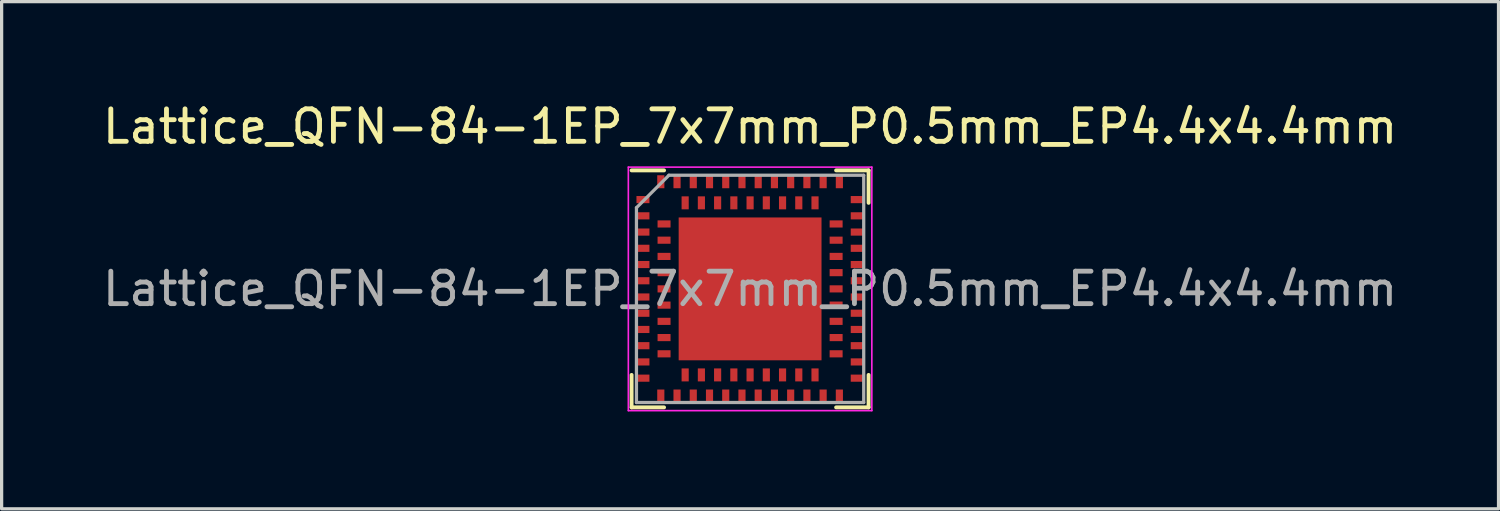
<source format=kicad_pcb>
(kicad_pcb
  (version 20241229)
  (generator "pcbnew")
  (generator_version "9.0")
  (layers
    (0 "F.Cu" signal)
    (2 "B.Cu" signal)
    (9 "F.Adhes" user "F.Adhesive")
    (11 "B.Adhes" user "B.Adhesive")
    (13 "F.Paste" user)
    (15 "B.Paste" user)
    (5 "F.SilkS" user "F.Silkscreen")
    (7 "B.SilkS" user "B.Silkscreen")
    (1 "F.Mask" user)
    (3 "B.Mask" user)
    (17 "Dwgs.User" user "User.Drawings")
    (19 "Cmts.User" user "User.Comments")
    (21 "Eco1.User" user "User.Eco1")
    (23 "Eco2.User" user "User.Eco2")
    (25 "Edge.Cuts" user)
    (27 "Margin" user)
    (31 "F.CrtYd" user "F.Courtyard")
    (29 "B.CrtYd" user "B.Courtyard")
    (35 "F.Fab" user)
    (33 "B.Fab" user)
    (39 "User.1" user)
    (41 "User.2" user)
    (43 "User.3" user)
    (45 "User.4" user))
  (footprint "Lattice_QFN-84-1EP_7x7mm_P0.5mm_EP4.4x4.4mm"
    (layer "F.Cu")
    (at 20.054 5.848)
    (property "Reference" "Lattice_QFN-84-1EP_7x7mm_P0.5mm_EP4.4x4.4mm" (at 0 -5 0) (layer "F.SilkS") (effects (font (size 1 1) (thickness 0.15))))
    (attr smd)
    (fp_line (start -3.65 -3.65) (end -2.65 -3.65) (stroke (width 0.12) (type solid)) (layer "F.SilkS"))
    (fp_line (start -3.65 2.65) (end -3.65 3.65) (stroke (width 0.12) (type solid)) (layer "F.SilkS"))
    (fp_line (start -3.65 3.65) (end -2.65 3.65) (stroke (width 0.12) (type solid)) (layer "F.SilkS"))
    (fp_line (start 3.65 -3.65) (end 2.65 -3.65) (stroke (width 0.12) (type solid)) (layer "F.SilkS"))
    (fp_line (start 3.65 -2.65) (end 3.65 -3.65) (stroke (width 0.12) (type solid)) (layer "F.SilkS"))
    (fp_line (start 3.65 2.65) (end 3.65 3.65) (stroke (width 0.12) (type solid)) (layer "F.SilkS"))
    (fp_line (start 3.65 3.65) (end 2.65 3.65) (stroke (width 0.12) (type solid)) (layer "F.SilkS"))
    (fp_line (start -3.75 -3.75) (end -3.75 3.75) (stroke (width 0.05) (type solid)) (layer "F.CrtYd"))
    (fp_line (start -3.75 3.75) (end 3.75 3.75) (stroke (width 0.05) (type solid)) (layer "F.CrtYd"))
    (fp_line (start 3.75 -3.75) (end -3.75 -3.75) (stroke (width 0.05) (type solid)) (layer "F.CrtYd"))
    (fp_line (start 3.75 -3.75) (end 3.75 3.75) (stroke (width 0.05) (type solid)) (layer "F.CrtYd"))
    (fp_line (start -3.5 -2.5) (end -3.5 3.5) (stroke (width 0.1) (type solid)) (layer "F.Fab"))
    (fp_line (start -3.5 3.5) (end 3.5 3.5) (stroke (width 0.1) (type solid)) (layer "F.Fab"))
    (fp_line (start -2.5 -3.5) (end -3.5 -2.5) (stroke (width 0.1) (type solid)) (layer "F.Fab"))
    (fp_line (start 3.5 -3.5) (end -2.5 -3.5) (stroke (width 0.1) (type solid)) (layer "F.Fab"))
    (fp_line (start 3.5 3.5) (end 3.5 -3.5) (stroke (width 0.1) (type solid)) (layer "F.Fab"))
    (fp_text user "${REFERENCE}" (at 0 0 0) (layer "F.Fab") (effects (font (size 1 1) (thickness 0.15))))
    (pad "" smd roundrect (at -1.5 -1.5) (size 1.3 1.3) (layers "F.Paste") (roundrect_rratio 0.25))
    (pad "" smd roundrect (at -1.5 0) (size 1.3 1.3) (layers "F.Paste") (roundrect_rratio 0.25))
    (pad "" smd roundrect (at -1.5 1.5) (size 1.3 1.3) (layers "F.Paste") (roundrect_rratio 0.25))
    (pad "" smd roundrect (at 0 -1.5) (size 1.3 1.3) (layers "F.Paste") (roundrect_rratio 0.25))
    (pad "" smd roundrect (at 0 0) (size 1.3 1.3) (layers "F.Paste") (roundrect_rratio 0.25))
    (pad "" smd roundrect (at 0 1.5) (size 1.3 1.3) (layers "F.Paste") (roundrect_rratio 0.25))
    (pad "" smd roundrect (at 1.5 -1.5) (size 1.3 1.3) (layers "F.Paste") (roundrect_rratio 0.25))
    (pad "" smd roundrect (at 1.5 0) (size 1.3 1.3) (layers "F.Paste") (roundrect_rratio 0.25))
    (pad "" smd roundrect (at 1.5 1.5) (size 1.3 1.3) (layers "F.Paste") (roundrect_rratio 0.25))
    (pad "A1" smd rect (at -3.3 -2.75) (size 0.4 0.22) (layers "F.Cu" "F.Mask" "F.Paste"))
    (pad "A2" smd rect (at -3.3 -2.25) (size 0.4 0.22) (layers "F.Cu" "F.Mask" "F.Paste"))
    (pad "A3" smd rect (at -3.3 -1.75) (size 0.4 0.22) (layers "F.Cu" "F.Mask" "F.Paste"))
    (pad "A4" smd rect (at -3.3 -1.25) (size 0.4 0.22) (layers "F.Cu" "F.Mask" "F.Paste"))
    (pad "A5" smd rect (at -3.3 -0.75) (size 0.4 0.22) (layers "F.Cu" "F.Mask" "F.Paste"))
    (pad "A6" smd rect (at -3.3 -0.25) (size 0.4 0.22) (layers "F.Cu" "F.Mask" "F.Paste"))
    (pad "A7" smd rect (at -3.3 0.25) (size 0.4 0.22) (layers "F.Cu" "F.Mask" "F.Paste"))
    (pad "A8" smd rect (at -3.3 0.75) (size 0.4 0.22) (layers "F.Cu" "F.Mask" "F.Paste"))
    (pad "A9" smd rect (at -3.3 1.25) (size 0.4 0.22) (layers "F.Cu" "F.Mask" "F.Paste"))
    (pad "A10" smd rect (at -3.3 1.75) (size 0.4 0.22) (layers "F.Cu" "F.Mask" "F.Paste"))
    (pad "A11" smd rect (at -3.3 2.25) (size 0.4 0.22) (layers "F.Cu" "F.Mask" "F.Paste"))
    (pad "A12" smd rect (at -3.3 2.75) (size 0.4 0.22) (layers "F.Cu" "F.Mask" "F.Paste"))
    (pad "A13" smd rect (at -2.75 3.3) (size 0.22 0.4) (layers "F.Cu" "F.Mask" "F.Paste"))
    (pad "A14" smd rect (at -2.25 3.3) (size 0.22 0.4) (layers "F.Cu" "F.Mask" "F.Paste"))
    (pad "A15" smd rect (at -1.75 3.3) (size 0.22 0.4) (layers "F.Cu" "F.Mask" "F.Paste"))
    (pad "A16" smd rect (at -1.25 3.3) (size 0.22 0.4) (layers "F.Cu" "F.Mask" "F.Paste"))
    (pad "A17" smd rect (at -0.75 3.3) (size 0.22 0.4) (layers "F.Cu" "F.Mask" "F.Paste"))
    (pad "A18" smd rect (at -0.25 3.3) (size 0.22 0.4) (layers "F.Cu" "F.Mask" "F.Paste"))
    (pad "A19" smd rect (at 0.25 3.3) (size 0.22 0.4) (layers "F.Cu" "F.Mask" "F.Paste"))
    (pad "A20" smd rect (at 0.75 3.3) (size 0.22 0.4) (layers "F.Cu" "F.Mask" "F.Paste"))
    (pad "A21" smd rect (at 1.25 3.3) (size 0.22 0.4) (layers "F.Cu" "F.Mask" "F.Paste"))
    (pad "A22" smd rect (at 1.75 3.3) (size 0.22 0.4) (layers "F.Cu" "F.Mask" "F.Paste"))
    (pad "A23" smd rect (at 2.25 3.3) (size 0.22 0.4) (layers "F.Cu" "F.Mask" "F.Paste"))
    (pad "A24" smd rect (at 2.75 3.3) (size 0.22 0.4) (layers "F.Cu" "F.Mask" "F.Paste"))
    (pad "A25" smd rect (at 3.3 2.75) (size 0.4 0.22) (layers "F.Cu" "F.Mask" "F.Paste"))
    (pad "A26" smd rect (at 3.3 2.25) (size 0.4 0.22) (layers "F.Cu" "F.Mask" "F.Paste"))
    (pad "A27" smd rect (at 3.3 1.75) (size 0.4 0.22) (layers "F.Cu" "F.Mask" "F.Paste"))
    (pad "A28" smd rect (at 3.3 1.25) (size 0.4 0.22) (layers "F.Cu" "F.Mask" "F.Paste"))
    (pad "A29" smd rect (at 3.3 0.75) (size 0.4 0.22) (layers "F.Cu" "F.Mask" "F.Paste"))
    (pad "A30" smd rect (at 3.3 0.25) (size 0.4 0.22) (layers "F.Cu" "F.Mask" "F.Paste"))
    (pad "A31" smd rect (at 3.3 -0.25) (size 0.4 0.22) (layers "F.Cu" "F.Mask" "F.Paste"))
    (pad "A32" smd rect (at 3.3 -0.75) (size 0.4 0.22) (layers "F.Cu" "F.Mask" "F.Paste"))
    (pad "A33" smd rect (at 3.3 -1.25) (size 0.4 0.22) (layers "F.Cu" "F.Mask" "F.Paste"))
    (pad "A34" smd rect (at 3.3 -1.75) (size 0.4 0.22) (layers "F.Cu" "F.Mask" "F.Paste"))
    (pad "A35" smd rect (at 3.3 -2.25) (size 0.4 0.22) (layers "F.Cu" "F.Mask" "F.Paste"))
    (pad "A36" smd rect (at 3.3 -2.75) (size 0.4 0.22) (layers "F.Cu" "F.Mask" "F.Paste"))
    (pad "A37" smd rect (at 2.75 -3.3) (size 0.22 0.4) (layers "F.Cu" "F.Mask" "F.Paste"))
    (pad "A38" smd rect (at 2.25 -3.3) (size 0.22 0.4) (layers "F.Cu" "F.Mask" "F.Paste"))
    (pad "A39" smd rect (at 1.75 -3.3) (size 0.22 0.4) (layers "F.Cu" "F.Mask" "F.Paste"))
    (pad "A40" smd rect (at 1.25 -3.3) (size 0.22 0.4) (layers "F.Cu" "F.Mask" "F.Paste"))
    (pad "A41" smd rect (at 0.75 -3.3) (size 0.22 0.4) (layers "F.Cu" "F.Mask" "F.Paste"))
    (pad "A42" smd rect (at 0.25 -3.3) (size 0.22 0.4) (layers "F.Cu" "F.Mask" "F.Paste"))
    (pad "A43" smd rect (at -0.25 -3.3) (size 0.22 0.4) (layers "F.Cu" "F.Mask" "F.Paste"))
    (pad "A44" smd rect (at -0.75 -3.3) (size 0.22 0.4) (layers "F.Cu" "F.Mask" "F.Paste"))
    (pad "A45" smd rect (at -1.25 -3.3) (size 0.22 0.4) (layers "F.Cu" "F.Mask" "F.Paste"))
    (pad "A46" smd rect (at -1.75 -3.3) (size 0.22 0.4) (layers "F.Cu" "F.Mask" "F.Paste"))
    (pad "A47" smd rect (at -2.25 -3.3) (size 0.22 0.4) (layers "F.Cu" "F.Mask" "F.Paste"))
    (pad "A48" smd rect (at -2.75 -3.3) (size 0.22 0.4) (layers "F.Cu" "F.Mask" "F.Paste"))
    (pad "A49" smd rect (at 0 0) (size 4.4 4.4) (layers "F.Cu" "F.Mask"))
    (pad "B1" smd rect (at -2.65 -2) (size 0.4 0.22) (layers "F.Cu" "F.Mask" "F.Paste"))
    (pad "B2" smd rect (at -2.65 -1.5) (size 0.4 0.22) (layers "F.Cu" "F.Mask" "F.Paste"))
    (pad "B3" smd rect (at -2.65 -1) (size 0.4 0.22) (layers "F.Cu" "F.Mask" "F.Paste"))
    (pad "B4" smd rect (at -2.65 -0.5) (size 0.4 0.22) (layers "F.Cu" "F.Mask" "F.Paste"))
    (pad "B5" smd rect (at -2.65 0) (size 0.4 0.22) (layers "F.Cu" "F.Mask" "F.Paste"))
    (pad "B6" smd rect (at -2.65 0.5) (size 0.4 0.22) (layers "F.Cu" "F.Mask" "F.Paste"))
    (pad "B7" smd rect (at -2.65 1) (size 0.4 0.22) (layers "F.Cu" "F.Mask" "F.Paste"))
    (pad "B8" smd rect (at -2.65 1.5) (size 0.4 0.22) (layers "F.Cu" "F.Mask" "F.Paste"))
    (pad "B9" smd rect (at -2.65 2) (size 0.4 0.22) (layers "F.Cu" "F.Mask" "F.Paste"))
    (pad "B10" smd rect (at -2 2.65) (size 0.22 0.4) (layers "F.Cu" "F.Mask" "F.Paste"))
    (pad "B11" smd rect (at -1.5 2.65) (size 0.22 0.4) (layers "F.Cu" "F.Mask" "F.Paste"))
    (pad "B12" smd rect (at -1 2.65) (size 0.22 0.4) (layers "F.Cu" "F.Mask" "F.Paste"))
    (pad "B13" smd rect (at -0.5 2.65) (size 0.22 0.4) (layers "F.Cu" "F.Mask" "F.Paste"))
    (pad "B14" smd rect (at 0 2.65) (size 0.22 0.4) (layers "F.Cu" "F.Mask" "F.Paste"))
    (pad "B15" smd rect (at 0.5 2.65) (size 0.22 0.4) (layers "F.Cu" "F.Mask" "F.Paste"))
    (pad "B16" smd rect (at 1 2.65) (size 0.22 0.4) (layers "F.Cu" "F.Mask" "F.Paste"))
    (pad "B17" smd rect (at 1.5 2.65) (size 0.22 0.4) (layers "F.Cu" "F.Mask" "F.Paste"))
    (pad "B18" smd rect (at 2 2.65) (size 0.22 0.4) (layers "F.Cu" "F.Mask" "F.Paste"))
    (pad "B19" smd rect (at 2.65 2) (size 0.4 0.22) (layers "F.Cu" "F.Mask" "F.Paste"))
    (pad "B20" smd rect (at 2.65 1.5) (size 0.4 0.22) (layers "F.Cu" "F.Mask" "F.Paste"))
    (pad "B21" smd rect (at 2.65 1) (size 0.4 0.22) (layers "F.Cu" "F.Mask" "F.Paste"))
    (pad "B22" smd rect (at 2.65 0.5) (size 0.4 0.22) (layers "F.Cu" "F.Mask" "F.Paste"))
    (pad "B23" smd rect (at 2.65 0) (size 0.4 0.22) (layers "F.Cu" "F.Mask" "F.Paste"))
    (pad "B24" smd rect (at 2.65 -0.5) (size 0.4 0.22) (layers "F.Cu" "F.Mask" "F.Paste"))
    (pad "B25" smd rect (at 2.65 -1) (size 0.4 0.22) (layers "F.Cu" "F.Mask" "F.Paste"))
    (pad "B26" smd rect (at 2.65 -1.5) (size 0.4 0.22) (layers "F.Cu" "F.Mask" "F.Paste"))
    (pad "B27" smd rect (at 2.65 -2) (size 0.4 0.22) (layers "F.Cu" "F.Mask" "F.Paste"))
    (pad "B28" smd rect (at 2 -2.65) (size 0.22 0.4) (layers "F.Cu" "F.Mask" "F.Paste"))
    (pad "B29" smd rect (at 1.5 -2.65) (size 0.22 0.4) (layers "F.Cu" "F.Mask" "F.Paste"))
    (pad "B30" smd rect (at 1 -2.65) (size 0.22 0.4) (layers "F.Cu" "F.Mask" "F.Paste"))
    (pad "B31" smd rect (at 0.5 -2.65) (size 0.22 0.4) (layers "F.Cu" "F.Mask" "F.Paste"))
    (pad "B32" smd rect (at 0 -2.65) (size 0.22 0.4) (layers "F.Cu" "F.Mask" "F.Paste"))
    (pad "B33" smd rect (at -0.5 -2.65) (size 0.22 0.4) (layers "F.Cu" "F.Mask" "F.Paste"))
    (pad "B34" smd rect (at -1 -2.65) (size 0.22 0.4) (layers "F.Cu" "F.Mask" "F.Paste"))
    (pad "B35" smd rect (at -1.5 -2.65) (size 0.22 0.4) (layers "F.Cu" "F.Mask" "F.Paste"))
    (pad "B36" smd rect (at -2 -2.65) (size 0.22 0.4) (layers "F.Cu" "F.Mask" "F.Paste")))
  (gr_rect
    (start -3 -3)
    (end 43.107 12.623)
    (stroke (width 0.1) (type default))
    (fill no)
    (layer "Edge.Cuts")))
</source>
